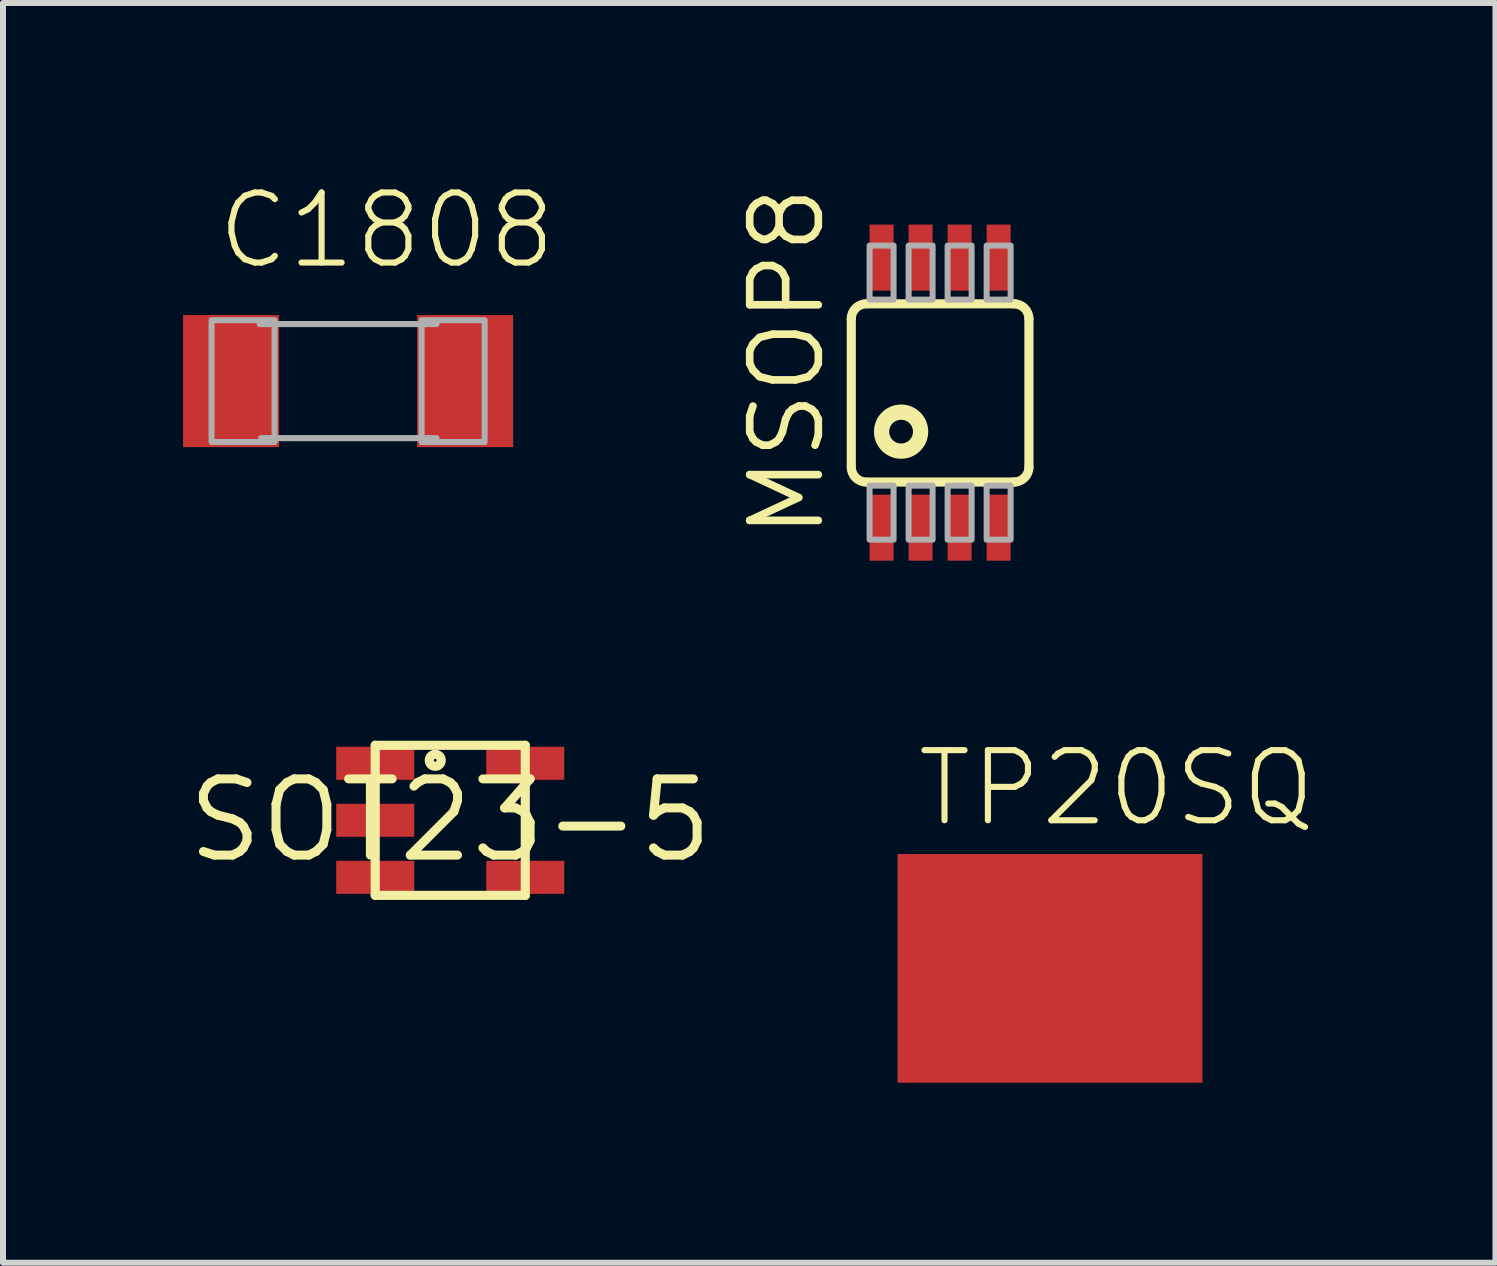
<source format=kicad_pcb>
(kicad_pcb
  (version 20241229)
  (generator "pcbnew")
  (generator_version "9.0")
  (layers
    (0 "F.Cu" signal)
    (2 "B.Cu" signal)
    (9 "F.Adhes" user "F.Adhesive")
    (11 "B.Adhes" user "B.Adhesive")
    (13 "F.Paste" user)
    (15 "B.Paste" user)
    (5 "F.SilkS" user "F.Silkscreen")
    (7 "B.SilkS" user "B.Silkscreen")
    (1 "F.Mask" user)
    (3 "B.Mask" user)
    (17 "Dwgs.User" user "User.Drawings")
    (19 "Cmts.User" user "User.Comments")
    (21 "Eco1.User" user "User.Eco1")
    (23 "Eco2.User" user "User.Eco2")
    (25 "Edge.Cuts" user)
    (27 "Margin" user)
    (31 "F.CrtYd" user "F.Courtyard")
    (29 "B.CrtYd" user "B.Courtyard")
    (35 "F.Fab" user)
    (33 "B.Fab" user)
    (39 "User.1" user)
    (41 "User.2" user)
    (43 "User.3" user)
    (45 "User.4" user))
  (footprint "MSOP8"
    (layer "F.Cu")
    (at 12.614 3.492)
    (property "Reference" "MSOP8" (at -1.883 2.484 90) (layer "F.SilkS") (effects (font (size 1.143 1.143) (thickness 0.127)) (justify left bottom)))
    (fp_line (start -1.48 -1.23) (end -1.48 1.23) (stroke (width 0.152) (type solid)) (layer "F.SilkS"))
    (fp_line (start -1.22 -1.48) (end 1.24 -1.48) (stroke (width 0.152) (type solid)) (layer "F.SilkS"))
    (fp_line (start 1.24 1.49) (end -1.22 1.49) (stroke (width 0.152) (type solid)) (layer "F.SilkS"))
    (fp_line (start 1.48 1.24) (end 1.48 -1.23) (stroke (width 0.152) (type solid)) (layer "F.SilkS"))
    (fp_arc (start -1.48 -1.23) (mid -1.406777 -1.406777) (end -1.23 -1.48) (stroke (width 0.1524) (type solid)) (layer "F.SilkS"))
    (fp_arc (start -1.23 1.49) (mid -1.406777 1.416777) (end -1.48 1.24) (stroke (width 0.1524) (type solid)) (layer "F.SilkS"))
    (fp_arc (start 1.23 -1.48) (mid 1.406777 -1.406777) (end 1.48 -1.23) (stroke (width 0.1524) (type solid)) (layer "F.SilkS"))
    (fp_arc (start 1.48 1.24) (mid 1.406777 1.416777) (end 1.23 1.49) (stroke (width 0.1524) (type solid)) (layer "F.SilkS"))
    (fp_circle (center -0.65 0.65) (end -0.325 0.65) (stroke (width 0.254) (type solid)) (fill no) (layer "F.SilkS"))
    (fp_poly (pts (xy -1.175 -1.55) (xy -0.775 -1.55) (xy -0.775 -2.45) (xy -1.175 -2.45)) (stroke (width 0.1) (type default)) (fill no) (layer "F.Fab"))
    (fp_poly (pts (xy -1.175 2.45) (xy -0.775 2.45) (xy -0.775 1.55) (xy -1.175 1.55)) (stroke (width 0.1) (type default)) (fill no) (layer "F.Fab"))
    (fp_poly (pts (xy -0.525 -1.55) (xy -0.125 -1.55) (xy -0.125 -2.45) (xy -0.525 -2.45)) (stroke (width 0.1) (type default)) (fill no) (layer "F.Fab"))
    (fp_poly (pts (xy -0.525 2.45) (xy -0.125 2.45) (xy -0.125 1.55) (xy -0.525 1.55)) (stroke (width 0.1) (type default)) (fill no) (layer "F.Fab"))
    (fp_poly (pts (xy 0.125 -1.55) (xy 0.525 -1.55) (xy 0.525 -2.45) (xy 0.125 -2.45)) (stroke (width 0.1) (type default)) (fill no) (layer "F.Fab"))
    (fp_poly (pts (xy 0.125 2.45) (xy 0.525 2.45) (xy 0.525 1.55) (xy 0.125 1.55)) (stroke (width 0.1) (type default)) (fill no) (layer "F.Fab"))
    (fp_poly (pts (xy 0.775 -1.55) (xy 1.175 -1.55) (xy 1.175 -2.45) (xy 0.775 -2.45)) (stroke (width 0.1) (type default)) (fill no) (layer "F.Fab"))
    (fp_poly (pts (xy 0.775 2.45) (xy 1.175 2.45) (xy 1.175 1.55) (xy 0.775 1.55)) (stroke (width 0.1) (type default)) (fill no) (layer "F.Fab"))
    (pad "1" smd rect (at -0.975 2.25) (size 0.4 1.1) (layers "F.Cu" "F.Mask" "F.Paste"))
    (pad "2" smd rect (at -0.325 2.25) (size 0.4 1.1) (layers "F.Cu" "F.Mask" "F.Paste"))
    (pad "3" smd rect (at 0.325 2.25) (size 0.4 1.1) (layers "F.Cu" "F.Mask" "F.Paste"))
    (pad "4" smd rect (at 0.975 2.25) (size 0.4 1.1) (layers "F.Cu" "F.Mask" "F.Paste"))
    (pad "5" smd rect (at 0.975 -2.25) (size 0.4 1.1) (layers "F.Cu" "F.Mask" "F.Paste"))
    (pad "6" smd rect (at 0.325 -2.25) (size 0.4 1.1) (layers "F.Cu" "F.Mask" "F.Paste"))
    (pad "7" smd rect (at -0.325 -2.25) (size 0.4 1.1) (layers "F.Cu" "F.Mask" "F.Paste"))
    (pad "8" smd rect (at -0.975 -2.25) (size 0.4 1.1) (layers "F.Cu" "F.Mask" "F.Paste")))
  (footprint "C1808"
    (layer "F.Cu")
    (at 2.75 3.3)
    (property "Reference" "C1808" (at -2.233 -1.827 0) (layer "F.SilkS") (effects (font (size 1.168 1.168) (thickness 0.102)) (justify left bottom)))
    (fp_line (start -1.473 -0.95) (end 1.473 -0.95) (stroke (width 0.102) (type solid)) (layer "F.Fab"))
    (fp_line (start -1.448 0.95) (end 1.473 0.95) (stroke (width 0.102) (type solid)) (layer "F.Fab"))
    (fp_poly (pts (xy -2.275 1.015) (xy -1.225 1.015) (xy -1.225 -1.015) (xy -2.275 -1.015)) (stroke (width 0.1) (type default)) (fill no) (layer "F.Fab"))
    (fp_poly (pts (xy 1.225 1.015) (xy 2.275 1.015) (xy 2.275 -1.015) (xy 1.225 -1.015)) (stroke (width 0.1) (type default)) (fill no) (layer "F.Fab"))
    (pad "1" smd rect (at -1.95 0) (size 1.6 2.2) (layers "F.Cu" "F.Mask" "F.Paste"))
    (pad "2" smd rect (at 1.95 0) (size 1.6 2.2) (layers "F.Cu" "F.Mask" "F.Paste")))
  (footprint "SOT23-5"
    (layer "F.Cu")
    (at 4.452 10.618)
    (property "Reference" "SOT23-5" (at 0 0 0) (layer "F.SilkS") (effects (font (size 1.27 1.27) (thickness 0.15))))
    (fp_line (start -1.25 -1.25) (end -1.25 1.25) (stroke (width 0.152) (type solid)) (layer "F.SilkS"))
    (fp_line (start -1.25 1.25) (end 1.25 1.25) (stroke (width 0.152) (type solid)) (layer "F.SilkS"))
    (fp_line (start 1.25 -1.25) (end -1.25 -1.25) (stroke (width 0.152) (type solid)) (layer "F.SilkS"))
    (fp_line (start 1.25 1.25) (end 1.25 -1.25) (stroke (width 0.152) (type solid)) (layer "F.SilkS"))
    (fp_circle (center -0.25 -1) (end -0.15 -1) (stroke (width 0.152) (type solid)) (fill no) (layer "F.SilkS"))
    (pad "P$1" smd rect (at -1.25 -0.95) (size 1.3 0.55) (layers "F.Cu" "F.Mask" "F.Paste"))
    (pad "P$2" smd rect (at -1.25 0) (size 1.3 0.55) (layers "F.Cu" "F.Mask" "F.Paste"))
    (pad "P$3" smd rect (at -1.25 0.95) (size 1.3 0.55) (layers "F.Cu" "F.Mask" "F.Paste"))
    (pad "P$4" smd rect (at 1.25 0.95) (size 1.3 0.55) (layers "F.Cu" "F.Mask" "F.Paste"))
    (pad "P$5" smd rect (at 1.25 -0.95) (size 1.3 0.55) (layers "F.Cu" "F.Mask" "F.Paste")))
  (footprint "TP20SQ"
    (layer "F.Cu")
    (at 14.445 13.085)
    (property "Reference" "TP20SQ" (at -2.27 -2.32 0) (layer "F.SilkS") (effects (font (size 1.168 1.168) (thickness 0.102)) (justify left bottom)))
    (pad "TP" smd rect (at 0 0) (size 5.08 3.81) (layers "F.Cu" "F.Mask")))
  (gr_rect
    (start -3 -3)
    (end 21.867 17.99)
    (stroke (width 0.1) (type default))
    (fill no)
    (layer "Edge.Cuts")))
</source>
